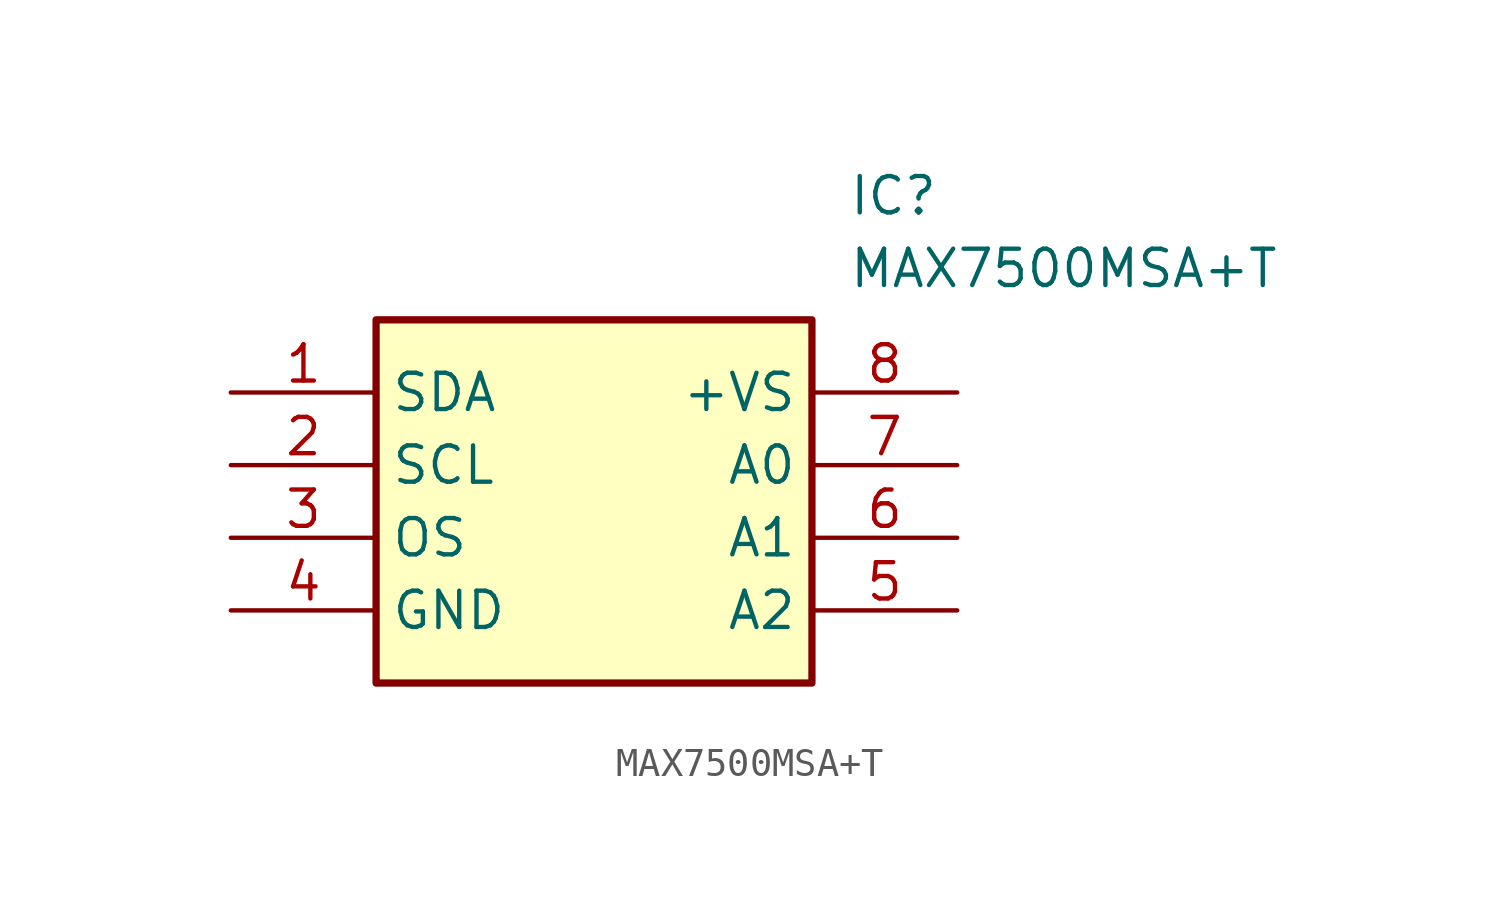
<source format=kicad_sym>
(kicad_symbol_lib
  (version 20211014)
  (generator SamacSys_ECAD_Model)
  (symbol "MAX7500MSA+T"
    (property "Reference" "IC"
      (at 21.59 7.62 0)
      (effects (font (size 1.27 1.27)) (justify left top)))
    (property "Value" "MAX7500MSA+T"
      (at 21.59 5.08 0)
      (effects (font (size 1.27 1.27)) (justify left top)))
    (rectangle
      (start 5.08 2.54)
      (end 20.32 -10.16)
      (stroke (width 0.254) (type default))
      (fill (type background)))
    (pin passive line
      (at 0 0 0)
      (length 5.08)
      (name "SDA" (effects (font (size 1.27 1.27))))
      (number "1" (effects (font (size 1.27 1.27)))))
    (pin passive line
      (at 0 -2.54 0)
      (length 5.08)
      (name "SCL" (effects (font (size 1.27 1.27))))
      (number "2" (effects (font (size 1.27 1.27)))))
    (pin passive line
      (at 0 -5.08 0)
      (length 5.08)
      (name "OS" (effects (font (size 1.27 1.27))))
      (number "3" (effects (font (size 1.27 1.27)))))
    (pin passive line
      (at 0 -7.62 0)
      (length 5.08)
      (name "GND" (effects (font (size 1.27 1.27))))
      (number "4" (effects (font (size 1.27 1.27)))))
    (pin passive line
      (at 25.4 0 180)
      (length 5.08)
      (name "+VS" (effects (font (size 1.27 1.27))))
      (number "8" (effects (font (size 1.27 1.27)))))
    (pin passive line
      (at 25.4 -2.54 180)
      (length 5.08)
      (name "A0" (effects (font (size 1.27 1.27))))
      (number "7" (effects (font (size 1.27 1.27)))))
    (pin passive line
      (at 25.4 -5.08 180)
      (length 5.08)
      (name "A1" (effects (font (size 1.27 1.27))))
      (number "6" (effects (font (size 1.27 1.27)))))
    (pin passive line
      (at 25.4 -7.62 180)
      (length 5.08)
      (name "A2" (effects (font (size 1.27 1.27))))
      (number "5" (effects (font (size 1.27 1.27)))))))
</source>
